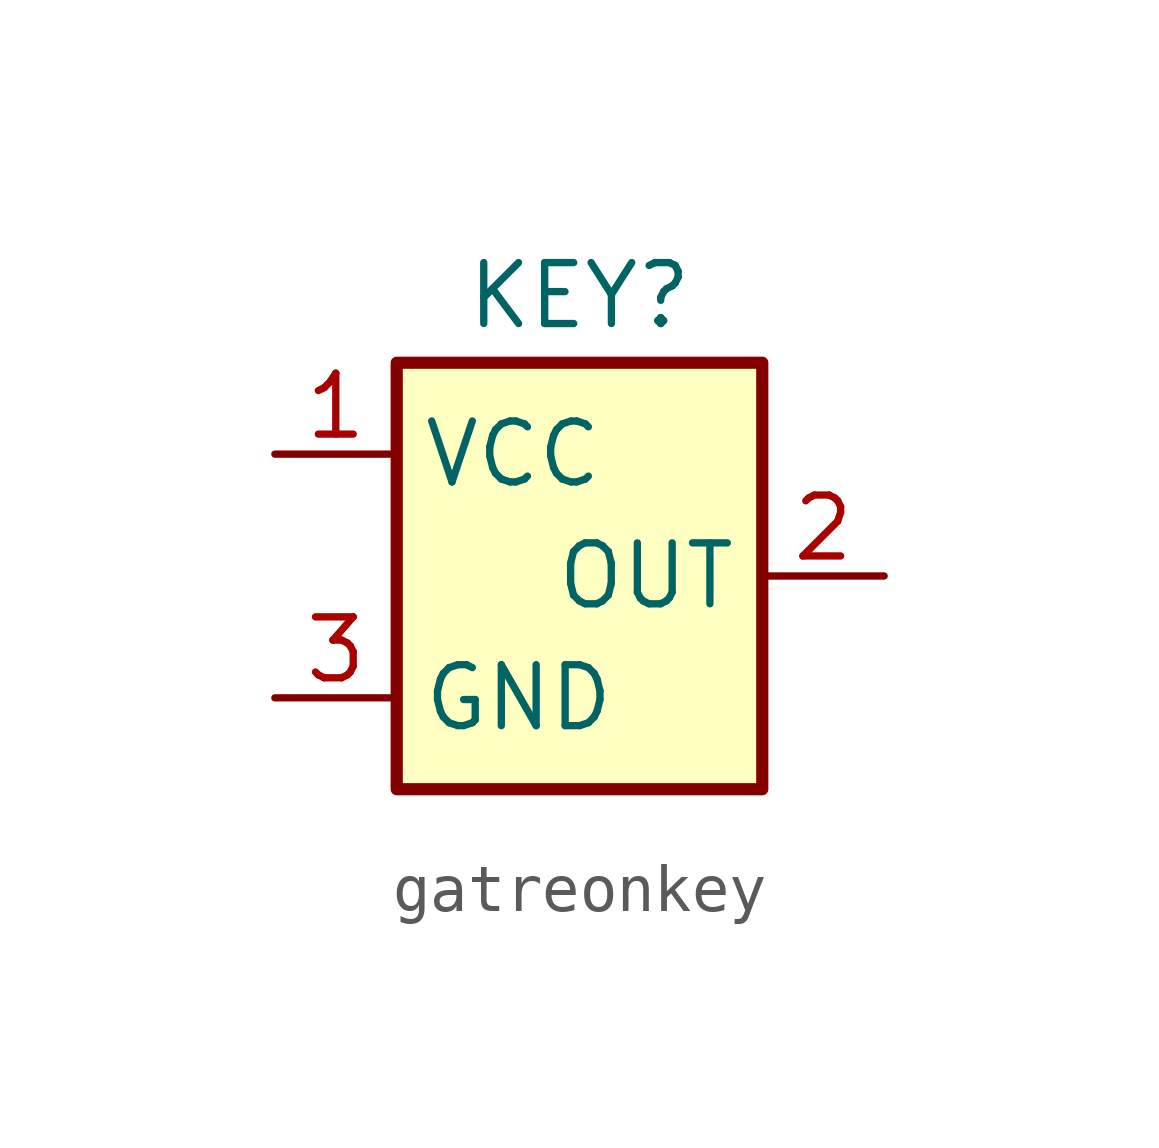
<source format=kicad_sym>
(kicad_symbol_lib
  (version 20231120)
  (generator "kicad_symbol_editor")
  (generator_version "8.0")
  (symbol "gatreonkey"
    (property "Reference" "KEY"
      (at 0 5.842 0)
      (effects (font (size 1.27 1.27))))
    (property "Value" ""
      (at 0 0 0)
      (effects (font (size 1.27 1.27))))
    (symbol "gatreonkey_1_1"
      (rectangle (start -3.81 4.445) (end 3.81 -4.445) (stroke (width 0.254) (type default)) (fill (type background)))
      (pin power_in line (at -6.35 2.54 0) (length 2.54) (name "VCC" (effects (font (size 1.27 1.27)))) (number "1" (effects (font (size 1.27 1.27)))))
      (pin output line (at 6.35 0 180) (length 2.54) (name "OUT" (effects (font (size 1.27 1.27)))) (number "2" (effects (font (size 1.27 1.27)))))
      (pin power_in line (at -6.35 -2.54 0) (length 2.54) (name "GND" (effects (font (size 1.27 1.27)))) (number "3" (effects (font (size 1.27 1.27))))))))
</source>
